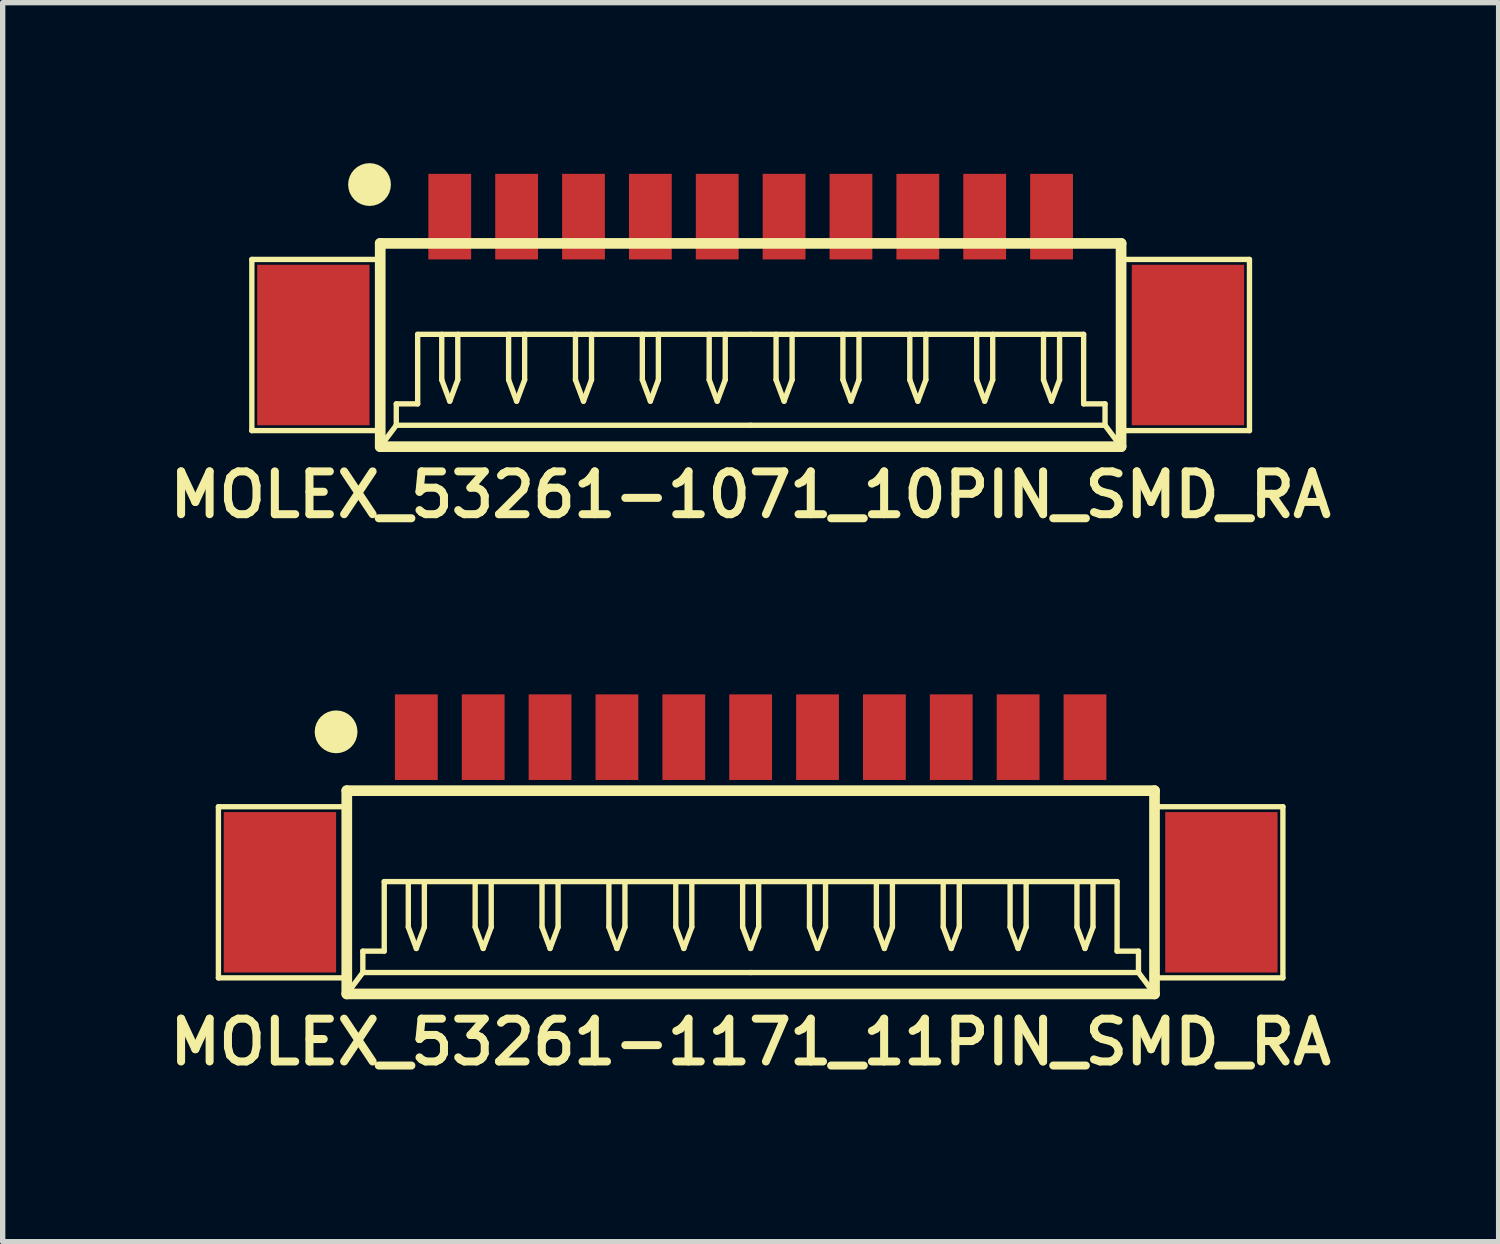
<source format=kicad_pcb>
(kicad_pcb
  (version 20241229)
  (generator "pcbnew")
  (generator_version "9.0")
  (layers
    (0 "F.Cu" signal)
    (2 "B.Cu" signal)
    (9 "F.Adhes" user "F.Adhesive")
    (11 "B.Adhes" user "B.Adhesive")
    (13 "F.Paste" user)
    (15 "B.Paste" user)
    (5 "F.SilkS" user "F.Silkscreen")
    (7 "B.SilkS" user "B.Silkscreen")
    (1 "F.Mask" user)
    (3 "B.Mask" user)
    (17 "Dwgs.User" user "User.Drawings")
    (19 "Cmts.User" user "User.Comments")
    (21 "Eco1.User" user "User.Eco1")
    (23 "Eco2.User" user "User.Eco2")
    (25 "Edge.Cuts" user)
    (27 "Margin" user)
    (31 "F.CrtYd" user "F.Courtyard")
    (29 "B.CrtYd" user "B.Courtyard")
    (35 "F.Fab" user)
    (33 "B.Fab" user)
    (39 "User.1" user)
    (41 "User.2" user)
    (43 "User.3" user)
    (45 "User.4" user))
  (footprint "MOLEX_53261-1171_11PIN_SMD_RA"
    (layer "F.Cu")
    (at 10.983 13.631)
    (property "Reference" "MOLEX_53261-1171_11PIN_SMD_RA" (at 0 2.8 0) (layer "F.SilkS") (effects (font (size 0.8 0.8) (thickness 0.15))))
    (attr through_hole)
    (fp_line (start -9.95 -1.6) (end -7.55 -1.6) (stroke (width 0.1) (type solid)) (layer "F.SilkS"))
    (fp_line (start -9.95 1.6) (end -9.95 -1.6) (stroke (width 0.1) (type solid)) (layer "F.SilkS"))
    (fp_line (start -7.55 -1.9) (end -7.55 1.9) (stroke (width 0.2) (type solid)) (layer "F.SilkS"))
    (fp_line (start -7.55 -1.9) (end 7.55 -1.9) (stroke (width 0.2) (type solid)) (layer "F.SilkS"))
    (fp_line (start -7.55 1.6) (end -9.95 1.6) (stroke (width 0.1) (type solid)) (layer "F.SilkS"))
    (fp_line (start -7.55 1.9) (end 7.55 1.9) (stroke (width 0.2) (type solid)) (layer "F.SilkS"))
    (fp_line (start -7.25 1.1) (end -7.25 1.5) (stroke (width 0.1) (type solid)) (layer "F.SilkS"))
    (fp_line (start -7.25 1.5) (end -7.55 1.9) (stroke (width 0.1) (type solid)) (layer "F.SilkS"))
    (fp_line (start -7.25 1.5) (end 0 1.5) (stroke (width 0.1) (type solid)) (layer "F.SilkS"))
    (fp_line (start -6.85 -0.2) (end -6.85 1.1) (stroke (width 0.1) (type solid)) (layer "F.SilkS"))
    (fp_line (start -6.85 1.1) (end -7.25 1.1) (stroke (width 0.1) (type solid)) (layer "F.SilkS"))
    (fp_line (start -6.4 -0.2) (end -6.4 0.65) (stroke (width 0.1) (type solid)) (layer "F.SilkS"))
    (fp_line (start -6.4 0.65) (end -6.25 1.05) (stroke (width 0.1) (type solid)) (layer "F.SilkS"))
    (fp_line (start -6.25 1.05) (end -6.1 0.65) (stroke (width 0.1) (type solid)) (layer "F.SilkS"))
    (fp_line (start -6.1 0.65) (end -6.1 -0.2) (stroke (width 0.1) (type solid)) (layer "F.SilkS"))
    (fp_line (start -5.15 -0.2) (end -5.15 0.65) (stroke (width 0.1) (type solid)) (layer "F.SilkS"))
    (fp_line (start -5.15 0.65) (end -5 1.05) (stroke (width 0.1) (type solid)) (layer "F.SilkS"))
    (fp_line (start -5 1.05) (end -4.85 0.65) (stroke (width 0.1) (type solid)) (layer "F.SilkS"))
    (fp_line (start -4.85 0.65) (end -4.85 -0.2) (stroke (width 0.1) (type solid)) (layer "F.SilkS"))
    (fp_line (start -3.9 -0.2) (end -3.9 0.65) (stroke (width 0.1) (type solid)) (layer "F.SilkS"))
    (fp_line (start -3.9 0.65) (end -3.75 1.05) (stroke (width 0.1) (type solid)) (layer "F.SilkS"))
    (fp_line (start -3.75 1.05) (end -3.6 0.65) (stroke (width 0.1) (type solid)) (layer "F.SilkS"))
    (fp_line (start -3.6 0.65) (end -3.6 -0.2) (stroke (width 0.1) (type solid)) (layer "F.SilkS"))
    (fp_line (start -2.65 -0.2) (end -2.65 0.65) (stroke (width 0.1) (type solid)) (layer "F.SilkS"))
    (fp_line (start -2.65 0.65) (end -2.5 1.05) (stroke (width 0.1) (type solid)) (layer "F.SilkS"))
    (fp_line (start -2.5 1.05) (end -2.35 0.65) (stroke (width 0.1) (type solid)) (layer "F.SilkS"))
    (fp_line (start -2.35 0.65) (end -2.35 -0.2) (stroke (width 0.1) (type solid)) (layer "F.SilkS"))
    (fp_line (start -1.4 -0.2) (end -1.4 0.65) (stroke (width 0.1) (type solid)) (layer "F.SilkS"))
    (fp_line (start -1.4 0.65) (end -1.25 1.05) (stroke (width 0.1) (type solid)) (layer "F.SilkS"))
    (fp_line (start -1.25 1.05) (end -1.1 0.65) (stroke (width 0.1) (type solid)) (layer "F.SilkS"))
    (fp_line (start -1.1 0.65) (end -1.1 -0.2) (stroke (width 0.1) (type solid)) (layer "F.SilkS"))
    (fp_line (start -0.15 -0.2) (end -0.15 0.65) (stroke (width 0.1) (type solid)) (layer "F.SilkS"))
    (fp_line (start -0.15 0.65) (end 0 1.05) (stroke (width 0.1) (type solid)) (layer "F.SilkS"))
    (fp_line (start 0 -0.2) (end -6.85 -0.2) (stroke (width 0.1) (type solid)) (layer "F.SilkS"))
    (fp_line (start 0 -0.2) (end 6.85 -0.2) (stroke (width 0.1) (type solid)) (layer "F.SilkS"))
    (fp_line (start 0 1.05) (end 0.15 0.65) (stroke (width 0.1) (type solid)) (layer "F.SilkS"))
    (fp_line (start 0.15 0.65) (end 0.15 -0.2) (stroke (width 0.1) (type solid)) (layer "F.SilkS"))
    (fp_line (start 1.1 -0.2) (end 1.1 0.65) (stroke (width 0.1) (type solid)) (layer "F.SilkS"))
    (fp_line (start 1.1 0.65) (end 1.25 1.05) (stroke (width 0.1) (type solid)) (layer "F.SilkS"))
    (fp_line (start 1.25 1.05) (end 1.4 0.65) (stroke (width 0.1) (type solid)) (layer "F.SilkS"))
    (fp_line (start 1.4 0.65) (end 1.4 -0.2) (stroke (width 0.1) (type solid)) (layer "F.SilkS"))
    (fp_line (start 2.35 -0.2) (end 2.35 0.65) (stroke (width 0.1) (type solid)) (layer "F.SilkS"))
    (fp_line (start 2.35 0.65) (end 2.5 1.05) (stroke (width 0.1) (type solid)) (layer "F.SilkS"))
    (fp_line (start 2.5 1.05) (end 2.65 0.65) (stroke (width 0.1) (type solid)) (layer "F.SilkS"))
    (fp_line (start 2.65 0.65) (end 2.65 -0.2) (stroke (width 0.1) (type solid)) (layer "F.SilkS"))
    (fp_line (start 3.6 -0.2) (end 3.6 0.65) (stroke (width 0.1) (type solid)) (layer "F.SilkS"))
    (fp_line (start 3.6 0.65) (end 3.75 1.05) (stroke (width 0.1) (type solid)) (layer "F.SilkS"))
    (fp_line (start 3.75 1.05) (end 3.9 0.65) (stroke (width 0.1) (type solid)) (layer "F.SilkS"))
    (fp_line (start 3.9 0.65) (end 3.9 -0.2) (stroke (width 0.1) (type solid)) (layer "F.SilkS"))
    (fp_line (start 4.85 -0.2) (end 4.85 0.65) (stroke (width 0.1) (type solid)) (layer "F.SilkS"))
    (fp_line (start 4.85 0.65) (end 5 1.05) (stroke (width 0.1) (type solid)) (layer "F.SilkS"))
    (fp_line (start 5 1.05) (end 5.15 0.65) (stroke (width 0.1) (type solid)) (layer "F.SilkS"))
    (fp_line (start 5.15 0.65) (end 5.15 -0.2) (stroke (width 0.1) (type solid)) (layer "F.SilkS"))
    (fp_line (start 6.1 -0.2) (end 6.1 0.65) (stroke (width 0.1) (type solid)) (layer "F.SilkS"))
    (fp_line (start 6.1 0.65) (end 6.25 1.05) (stroke (width 0.1) (type solid)) (layer "F.SilkS"))
    (fp_line (start 6.25 1.05) (end 6.4 0.65) (stroke (width 0.1) (type solid)) (layer "F.SilkS"))
    (fp_line (start 6.4 0.65) (end 6.4 -0.2) (stroke (width 0.1) (type solid)) (layer "F.SilkS"))
    (fp_line (start 6.85 -0.2) (end 6.85 1.1) (stroke (width 0.1) (type solid)) (layer "F.SilkS"))
    (fp_line (start 6.85 1.1) (end 7.25 1.1) (stroke (width 0.1) (type solid)) (layer "F.SilkS"))
    (fp_line (start 7.25 1.1) (end 7.25 1.5) (stroke (width 0.1) (type solid)) (layer "F.SilkS"))
    (fp_line (start 7.25 1.5) (end 0 1.5) (stroke (width 0.1) (type solid)) (layer "F.SilkS"))
    (fp_line (start 7.25 1.5) (end 7.55 1.9) (stroke (width 0.1) (type solid)) (layer "F.SilkS"))
    (fp_line (start 7.55 -1.9) (end 7.55 1.9) (stroke (width 0.2) (type solid)) (layer "F.SilkS"))
    (fp_line (start 7.55 1.6) (end 9.95 1.6) (stroke (width 0.1) (type solid)) (layer "F.SilkS"))
    (fp_line (start 9.95 -1.6) (end 7.55 -1.6) (stroke (width 0.1) (type solid)) (layer "F.SilkS"))
    (fp_line (start 9.95 1.6) (end 9.95 -1.6) (stroke (width 0.1) (type solid)) (layer "F.SilkS"))
    (fp_circle (center -7.75 -3) (end -7.75 -2.8) (stroke (width 0.4) (type solid)) (fill no) (layer "F.SilkS"))
    (pad "" smd rect (at -8.8 0) (size 2.1 3) (layers "F.Cu" "F.Mask"))
    (pad "" smd rect (at 8.8 0) (size 2.1 3) (layers "F.Cu" "F.Mask"))
    (pad "1" smd rect (at -6.25 -2.9) (size 0.8 1.6) (layers "F.Cu" "F.Mask"))
    (pad "2" smd rect (at -5 -2.9) (size 0.8 1.6) (layers "F.Cu" "F.Mask"))
    (pad "3" smd rect (at -3.75 -2.9) (size 0.8 1.6) (layers "F.Cu" "F.Mask"))
    (pad "4" smd rect (at -2.5 -2.9) (size 0.8 1.6) (layers "F.Cu" "F.Mask"))
    (pad "5" smd rect (at -1.25 -2.9) (size 0.8 1.6) (layers "F.Cu" "F.Mask"))
    (pad "6" smd rect (at 0 -2.9) (size 0.8 1.6) (layers "F.Cu" "F.Mask"))
    (pad "7" smd rect (at 1.25 -2.9) (size 0.8 1.6) (layers "F.Cu" "F.Mask"))
    (pad "8" smd rect (at 2.5 -2.9) (size 0.8 1.6) (layers "F.Cu" "F.Mask"))
    (pad "9" smd rect (at 3.75 -2.9) (size 0.8 1.6) (layers "F.Cu" "F.Mask"))
    (pad "10" smd rect (at 5 -2.9) (size 0.8 1.6) (layers "F.Cu" "F.Mask"))
    (pad "11" smd rect (at 6.25 -2.9) (size 0.8 1.6) (layers "F.Cu" "F.Mask")))
  (footprint "MOLEX_53261-1071_10PIN_SMD_RA"
    (layer "F.Cu")
    (at 10.983 3.4)
    (property "Reference" "MOLEX_53261-1071_10PIN_SMD_RA" (at 0 2.8 0) (layer "F.SilkS") (effects (font (size 0.8 0.8) (thickness 0.15))))
    (attr through_hole)
    (fp_line (start -9.325 -1.6) (end -6.925 -1.6) (stroke (width 0.1) (type solid)) (layer "F.SilkS"))
    (fp_line (start -9.325 1.6) (end -9.325 -1.6) (stroke (width 0.1) (type solid)) (layer "F.SilkS"))
    (fp_line (start -6.925 -1.9) (end -6.925 1.9) (stroke (width 0.2) (type solid)) (layer "F.SilkS"))
    (fp_line (start -6.925 -1.9) (end 6.925 -1.9) (stroke (width 0.2) (type solid)) (layer "F.SilkS"))
    (fp_line (start -6.925 1.6) (end -9.325 1.6) (stroke (width 0.1) (type solid)) (layer "F.SilkS"))
    (fp_line (start -6.925 1.9) (end 6.925 1.9) (stroke (width 0.2) (type solid)) (layer "F.SilkS"))
    (fp_line (start -6.625 1.1) (end -6.625 1.5) (stroke (width 0.1) (type solid)) (layer "F.SilkS"))
    (fp_line (start -6.625 1.5) (end -6.925 1.9) (stroke (width 0.1) (type solid)) (layer "F.SilkS"))
    (fp_line (start -6.625 1.5) (end 0 1.5) (stroke (width 0.1) (type solid)) (layer "F.SilkS"))
    (fp_line (start -6.225 -0.2) (end -6.225 1.1) (stroke (width 0.1) (type solid)) (layer "F.SilkS"))
    (fp_line (start -6.225 1.1) (end -6.625 1.1) (stroke (width 0.1) (type solid)) (layer "F.SilkS"))
    (fp_line (start -5.775 -0.2) (end -5.775 0.65) (stroke (width 0.1) (type solid)) (layer "F.SilkS"))
    (fp_line (start -5.775 0.65) (end -5.625 1.05) (stroke (width 0.1) (type solid)) (layer "F.SilkS"))
    (fp_line (start -5.625 1.05) (end -5.475 0.65) (stroke (width 0.1) (type solid)) (layer "F.SilkS"))
    (fp_line (start -5.475 0.65) (end -5.475 -0.2) (stroke (width 0.1) (type solid)) (layer "F.SilkS"))
    (fp_line (start -4.525 -0.2) (end -4.525 0.65) (stroke (width 0.1) (type solid)) (layer "F.SilkS"))
    (fp_line (start -4.525 0.65) (end -4.375 1.05) (stroke (width 0.1) (type solid)) (layer "F.SilkS"))
    (fp_line (start -4.375 1.05) (end -4.225 0.65) (stroke (width 0.1) (type solid)) (layer "F.SilkS"))
    (fp_line (start -4.225 0.65) (end -4.225 -0.2) (stroke (width 0.1) (type solid)) (layer "F.SilkS"))
    (fp_line (start -3.275 -0.2) (end -3.275 0.65) (stroke (width 0.1) (type solid)) (layer "F.SilkS"))
    (fp_line (start -3.275 0.65) (end -3.125 1.05) (stroke (width 0.1) (type solid)) (layer "F.SilkS"))
    (fp_line (start -3.125 1.05) (end -2.975 0.65) (stroke (width 0.1) (type solid)) (layer "F.SilkS"))
    (fp_line (start -2.975 0.65) (end -2.975 -0.2) (stroke (width 0.1) (type solid)) (layer "F.SilkS"))
    (fp_line (start -2.025 -0.2) (end -2.025 0.65) (stroke (width 0.1) (type solid)) (layer "F.SilkS"))
    (fp_line (start -2.025 0.65) (end -1.875 1.05) (stroke (width 0.1) (type solid)) (layer "F.SilkS"))
    (fp_line (start -1.875 1.05) (end -1.725 0.65) (stroke (width 0.1) (type solid)) (layer "F.SilkS"))
    (fp_line (start -1.725 0.65) (end -1.725 -0.2) (stroke (width 0.1) (type solid)) (layer "F.SilkS"))
    (fp_line (start -0.775 -0.2) (end -0.775 0.65) (stroke (width 0.1) (type solid)) (layer "F.SilkS"))
    (fp_line (start -0.775 0.65) (end -0.625 1.05) (stroke (width 0.1) (type solid)) (layer "F.SilkS"))
    (fp_line (start -0.625 1.05) (end -0.475 0.65) (stroke (width 0.1) (type solid)) (layer "F.SilkS"))
    (fp_line (start -0.475 0.65) (end -0.475 -0.2) (stroke (width 0.1) (type solid)) (layer "F.SilkS"))
    (fp_line (start 0 -0.2) (end -6.225 -0.2) (stroke (width 0.1) (type solid)) (layer "F.SilkS"))
    (fp_line (start 0 -0.2) (end 6.225 -0.2) (stroke (width 0.1) (type solid)) (layer "F.SilkS"))
    (fp_line (start 0.475 -0.2) (end 0.475 0.65) (stroke (width 0.1) (type solid)) (layer "F.SilkS"))
    (fp_line (start 0.475 0.65) (end 0.625 1.05) (stroke (width 0.1) (type solid)) (layer "F.SilkS"))
    (fp_line (start 0.625 1.05) (end 0.775 0.65) (stroke (width 0.1) (type solid)) (layer "F.SilkS"))
    (fp_line (start 0.775 0.65) (end 0.775 -0.2) (stroke (width 0.1) (type solid)) (layer "F.SilkS"))
    (fp_line (start 1.725 -0.2) (end 1.725 0.65) (stroke (width 0.1) (type solid)) (layer "F.SilkS"))
    (fp_line (start 1.725 0.65) (end 1.875 1.05) (stroke (width 0.1) (type solid)) (layer "F.SilkS"))
    (fp_line (start 1.875 1.05) (end 2.025 0.65) (stroke (width 0.1) (type solid)) (layer "F.SilkS"))
    (fp_line (start 2.025 0.65) (end 2.025 -0.2) (stroke (width 0.1) (type solid)) (layer "F.SilkS"))
    (fp_line (start 2.975 -0.2) (end 2.975 0.65) (stroke (width 0.1) (type solid)) (layer "F.SilkS"))
    (fp_line (start 2.975 0.65) (end 3.125 1.05) (stroke (width 0.1) (type solid)) (layer "F.SilkS"))
    (fp_line (start 3.125 1.05) (end 3.275 0.65) (stroke (width 0.1) (type solid)) (layer "F.SilkS"))
    (fp_line (start 3.275 0.65) (end 3.275 -0.2) (stroke (width 0.1) (type solid)) (layer "F.SilkS"))
    (fp_line (start 4.225 -0.2) (end 4.225 0.65) (stroke (width 0.1) (type solid)) (layer "F.SilkS"))
    (fp_line (start 4.225 0.65) (end 4.375 1.05) (stroke (width 0.1) (type solid)) (layer "F.SilkS"))
    (fp_line (start 4.375 1.05) (end 4.525 0.65) (stroke (width 0.1) (type solid)) (layer "F.SilkS"))
    (fp_line (start 4.525 0.65) (end 4.525 -0.2) (stroke (width 0.1) (type solid)) (layer "F.SilkS"))
    (fp_line (start 5.475 -0.2) (end 5.475 0.65) (stroke (width 0.1) (type solid)) (layer "F.SilkS"))
    (fp_line (start 5.475 0.65) (end 5.625 1.05) (stroke (width 0.1) (type solid)) (layer "F.SilkS"))
    (fp_line (start 5.625 1.05) (end 5.775 0.65) (stroke (width 0.1) (type solid)) (layer "F.SilkS"))
    (fp_line (start 5.775 0.65) (end 5.775 -0.2) (stroke (width 0.1) (type solid)) (layer "F.SilkS"))
    (fp_line (start 6.225 -0.2) (end 6.225 1.1) (stroke (width 0.1) (type solid)) (layer "F.SilkS"))
    (fp_line (start 6.225 1.1) (end 6.625 1.1) (stroke (width 0.1) (type solid)) (layer "F.SilkS"))
    (fp_line (start 6.625 1.1) (end 6.625 1.5) (stroke (width 0.1) (type solid)) (layer "F.SilkS"))
    (fp_line (start 6.625 1.5) (end 0 1.5) (stroke (width 0.1) (type solid)) (layer "F.SilkS"))
    (fp_line (start 6.625 1.5) (end 6.925 1.9) (stroke (width 0.1) (type solid)) (layer "F.SilkS"))
    (fp_line (start 6.925 -1.9) (end 6.925 1.9) (stroke (width 0.2) (type solid)) (layer "F.SilkS"))
    (fp_line (start 6.925 1.6) (end 9.325 1.6) (stroke (width 0.1) (type solid)) (layer "F.SilkS"))
    (fp_line (start 9.325 -1.6) (end 6.925 -1.6) (stroke (width 0.1) (type solid)) (layer "F.SilkS"))
    (fp_line (start 9.325 1.6) (end 9.325 -1.6) (stroke (width 0.1) (type solid)) (layer "F.SilkS"))
    (fp_circle (center -7.125 -3) (end -7.125 -2.8) (stroke (width 0.4) (type solid)) (fill no) (layer "F.SilkS"))
    (pad "" smd rect (at -8.175 0) (size 2.1 3) (layers "F.Cu" "F.Mask"))
    (pad "" smd rect (at 8.175 0) (size 2.1 3) (layers "F.Cu" "F.Mask"))
    (pad "1" smd rect (at -5.625 -2.4) (size 0.8 1.6) (layers "F.Cu" "F.Mask"))
    (pad "2" smd rect (at -4.375 -2.4) (size 0.8 1.6) (layers "F.Cu" "F.Mask"))
    (pad "3" smd rect (at -3.125 -2.4) (size 0.8 1.6) (layers "F.Cu" "F.Mask"))
    (pad "4" smd rect (at -1.875 -2.4) (size 0.8 1.6) (layers "F.Cu" "F.Mask"))
    (pad "5" smd rect (at -0.625 -2.4) (size 0.8 1.6) (layers "F.Cu" "F.Mask"))
    (pad "6" smd rect (at 0.625 -2.4) (size 0.8 1.6) (layers "F.Cu" "F.Mask"))
    (pad "7" smd rect (at 1.875 -2.4) (size 0.8 1.6) (layers "F.Cu" "F.Mask"))
    (pad "8" smd rect (at 3.125 -2.4) (size 0.8 1.6) (layers "F.Cu" "F.Mask"))
    (pad "9" smd rect (at 4.375 -2.4) (size 0.8 1.6) (layers "F.Cu" "F.Mask"))
    (pad "10" smd rect (at 5.625 -2.4) (size 0.8 1.6) (layers "F.Cu" "F.Mask")))
  (gr_rect
    (start -3 -3)
    (end 24.966 20.163)
    (stroke (width 0.1) (type default))
    (fill no)
    (layer "Edge.Cuts")))
</source>
